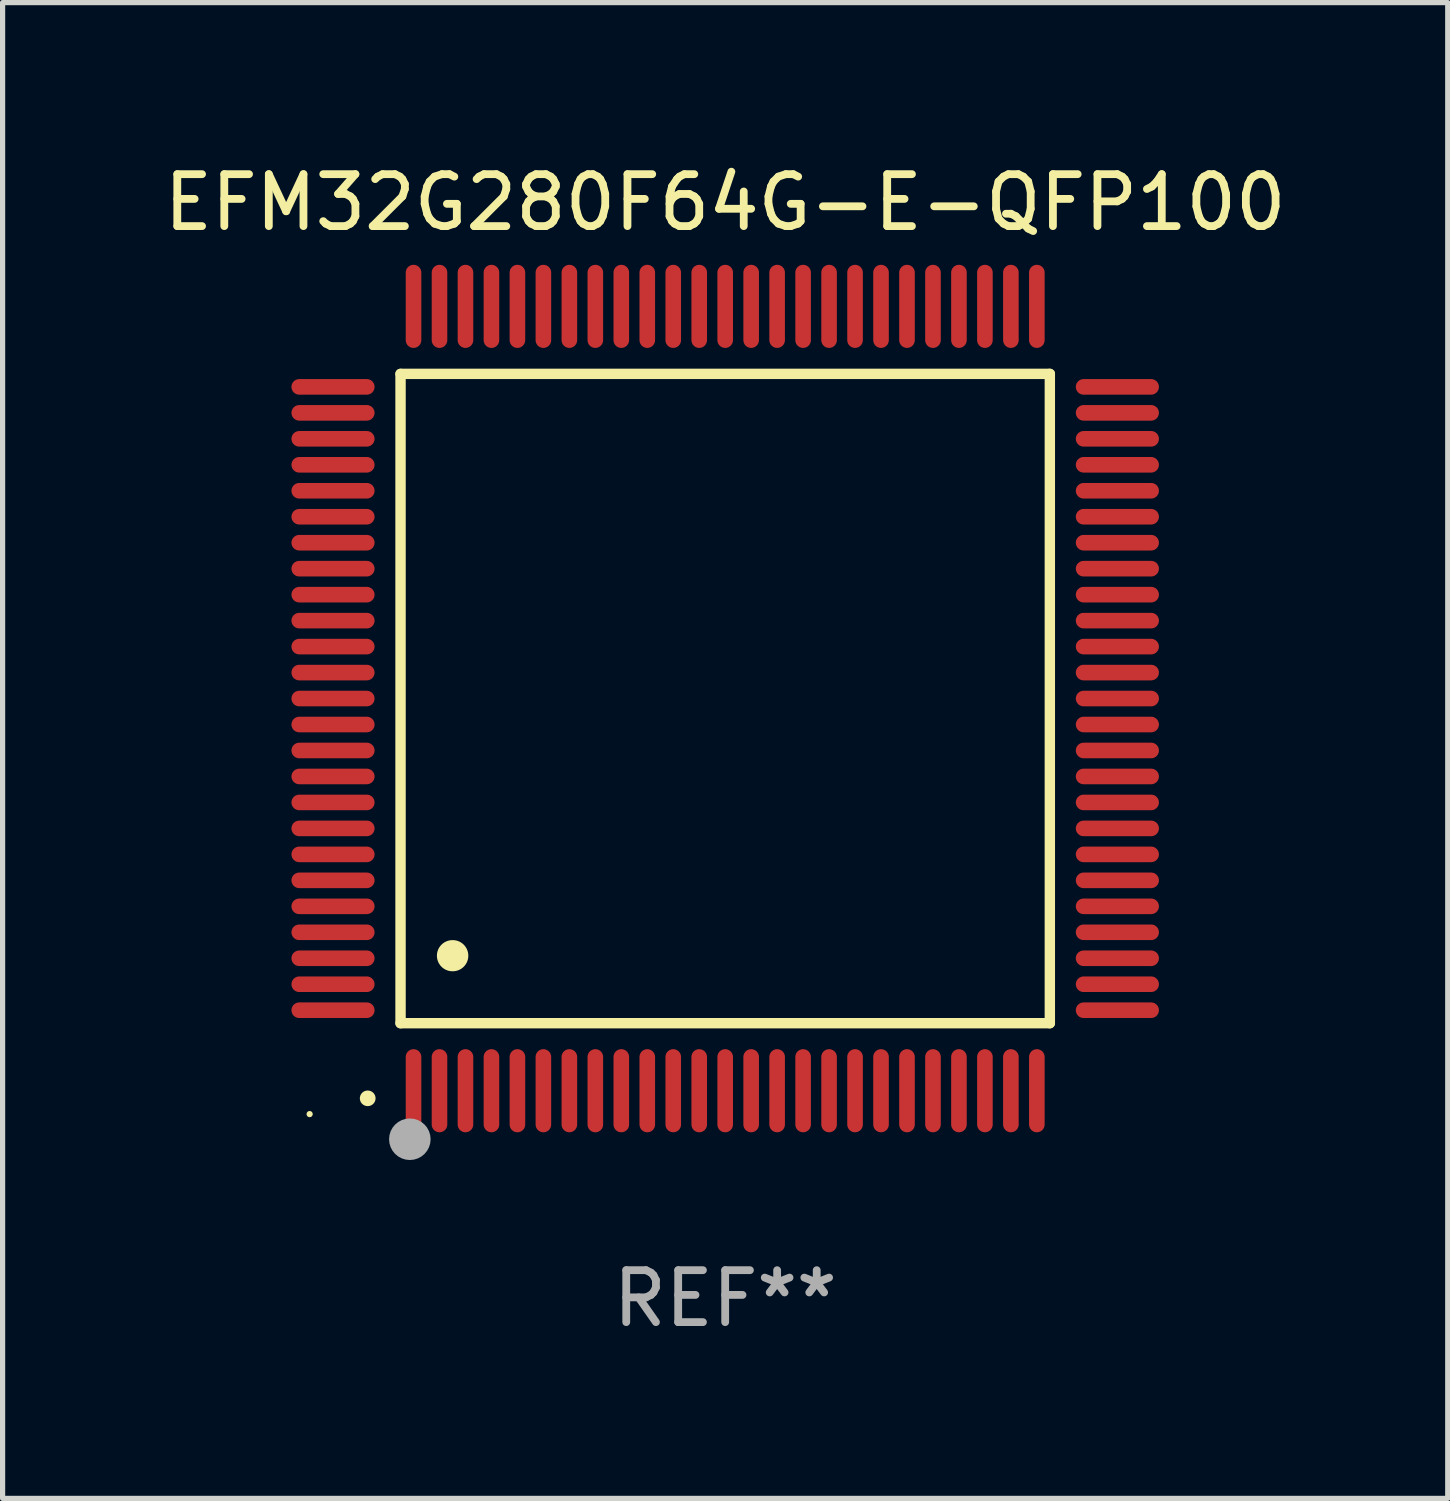
<source format=kicad_pcb>
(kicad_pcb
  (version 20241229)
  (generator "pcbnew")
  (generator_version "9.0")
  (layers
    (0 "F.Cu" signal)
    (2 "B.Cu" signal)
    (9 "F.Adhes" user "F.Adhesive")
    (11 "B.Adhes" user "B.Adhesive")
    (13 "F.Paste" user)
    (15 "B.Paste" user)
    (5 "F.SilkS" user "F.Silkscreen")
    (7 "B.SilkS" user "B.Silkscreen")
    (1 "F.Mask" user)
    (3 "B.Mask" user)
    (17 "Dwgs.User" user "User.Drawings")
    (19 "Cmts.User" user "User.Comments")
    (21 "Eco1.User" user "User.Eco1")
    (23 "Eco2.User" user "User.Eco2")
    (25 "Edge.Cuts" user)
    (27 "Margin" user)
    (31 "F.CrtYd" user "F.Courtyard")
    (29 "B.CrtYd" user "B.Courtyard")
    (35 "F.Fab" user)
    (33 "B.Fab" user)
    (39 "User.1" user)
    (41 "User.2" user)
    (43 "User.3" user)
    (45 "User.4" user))
  (footprint "EFM32G280F64G-E-QFP100"
    (layer "F.Cu")
    (at 10.911 10.398)
    (property "Reference" "EFM32G280F64G-E-QFP100" (at 0 -9.55 0) (layer "F.SilkS") (effects (font (size 1 1) (thickness 0.15))))
    (attr through_hole)
    (fp_line (start -6.25 -6.25) (end -6.25 6.25) (stroke (width 0.2) (type solid)) (layer "F.SilkS"))
    (fp_line (start -6.25 6.25) (end 6.25 6.25) (stroke (width 0.2) (type solid)) (layer "F.SilkS"))
    (fp_line (start 6.25 -6.25) (end -6.25 -6.25) (stroke (width 0.2) (type solid)) (layer "F.SilkS"))
    (fp_line (start 6.25 6.25) (end 6.25 -6.25) (stroke (width 0.2) (type solid)) (layer "F.SilkS"))
    (fp_arc (start -6.883414 7.696215) (mid -6.882144 7.69621) (end -6.880874 7.696215) (stroke (width 0.3) (type solid)) (layer "F.SilkS"))
    (fp_arc (start -5.250191 4.95047) (mid -5.247651 4.950459) (end -5.245111 4.95047) (stroke (width 0.6) (type solid)) (layer "F.SilkS"))
    (fp_circle (center -8 8) (end -7.97 8) (stroke (width 0.06) (type solid)) (fill no) (layer "F.SilkS"))
    (fp_circle (center -6.071 8.484) (end -5.871 8.484) (stroke (width 0.4) (type solid)) (fill no) (layer "F.Fab"))
    (fp_text user "REF**" (at 0 11.55 0) (layer "F.Fab") (effects (font (size 1 1) (thickness 0.15))))
    (pad "1" smd oval (at -6 7.55) (size 0.3 1.6) (layers "F.Cu" "F.Mask" "F.Paste"))
    (pad "2" smd oval (at -5.5 7.55) (size 0.3 1.6) (layers "F.Cu" "F.Mask" "F.Paste"))
    (pad "3" smd oval (at -5 7.55) (size 0.3 1.6) (layers "F.Cu" "F.Mask" "F.Paste"))
    (pad "4" smd oval (at -4.5 7.55) (size 0.3 1.6) (layers "F.Cu" "F.Mask" "F.Paste"))
    (pad "5" smd oval (at -4 7.55) (size 0.3 1.6) (layers "F.Cu" "F.Mask" "F.Paste"))
    (pad "6" smd oval (at -3.5 7.55) (size 0.3 1.6) (layers "F.Cu" "F.Mask" "F.Paste"))
    (pad "7" smd oval (at -3 7.55) (size 0.3 1.6) (layers "F.Cu" "F.Mask" "F.Paste"))
    (pad "8" smd oval (at -2.5 7.55) (size 0.3 1.6) (layers "F.Cu" "F.Mask" "F.Paste"))
    (pad "9" smd oval (at -2 7.55) (size 0.3 1.6) (layers "F.Cu" "F.Mask" "F.Paste"))
    (pad "10" smd oval (at -1.5 7.55) (size 0.3 1.6) (layers "F.Cu" "F.Mask" "F.Paste"))
    (pad "11" smd oval (at -1 7.55) (size 0.3 1.6) (layers "F.Cu" "F.Mask" "F.Paste"))
    (pad "12" smd oval (at -0.5 7.55) (size 0.3 1.6) (layers "F.Cu" "F.Mask" "F.Paste"))
    (pad "13" smd oval (at 0 7.55) (size 0.3 1.6) (layers "F.Cu" "F.Mask" "F.Paste"))
    (pad "14" smd oval (at 0.5 7.55) (size 0.3 1.6) (layers "F.Cu" "F.Mask" "F.Paste"))
    (pad "15" smd oval (at 1 7.55) (size 0.3 1.6) (layers "F.Cu" "F.Mask" "F.Paste"))
    (pad "16" smd oval (at 1.5 7.55) (size 0.3 1.6) (layers "F.Cu" "F.Mask" "F.Paste"))
    (pad "17" smd oval (at 2 7.55) (size 0.3 1.6) (layers "F.Cu" "F.Mask" "F.Paste"))
    (pad "18" smd oval (at 2.5 7.55) (size 0.3 1.6) (layers "F.Cu" "F.Mask" "F.Paste"))
    (pad "19" smd oval (at 3 7.55) (size 0.3 1.6) (layers "F.Cu" "F.Mask" "F.Paste"))
    (pad "20" smd oval (at 3.5 7.55) (size 0.3 1.6) (layers "F.Cu" "F.Mask" "F.Paste"))
    (pad "21" smd oval (at 4 7.55) (size 0.3 1.6) (layers "F.Cu" "F.Mask" "F.Paste"))
    (pad "22" smd oval (at 4.5 7.55) (size 0.3 1.6) (layers "F.Cu" "F.Mask" "F.Paste"))
    (pad "23" smd oval (at 5 7.55) (size 0.3 1.6) (layers "F.Cu" "F.Mask" "F.Paste"))
    (pad "24" smd oval (at 5.5 7.55) (size 0.3 1.6) (layers "F.Cu" "F.Mask" "F.Paste"))
    (pad "25" smd oval (at 6 7.55) (size 0.3 1.6) (layers "F.Cu" "F.Mask" "F.Paste"))
    (pad "26" smd oval (at 7.55 6) (size 1.6 0.3) (layers "F.Cu" "F.Mask" "F.Paste"))
    (pad "27" smd oval (at 7.55 5.5) (size 1.6 0.3) (layers "F.Cu" "F.Mask" "F.Paste"))
    (pad "28" smd oval (at 7.55 5) (size 1.6 0.3) (layers "F.Cu" "F.Mask" "F.Paste"))
    (pad "29" smd oval (at 7.55 4.5) (size 1.6 0.3) (layers "F.Cu" "F.Mask" "F.Paste"))
    (pad "30" smd oval (at 7.55 4) (size 1.6 0.3) (layers "F.Cu" "F.Mask" "F.Paste"))
    (pad "31" smd oval (at 7.55 3.5) (size 1.6 0.3) (layers "F.Cu" "F.Mask" "F.Paste"))
    (pad "32" smd oval (at 7.55 3) (size 1.6 0.3) (layers "F.Cu" "F.Mask" "F.Paste"))
    (pad "33" smd oval (at 7.55 2.5) (size 1.6 0.3) (layers "F.Cu" "F.Mask" "F.Paste"))
    (pad "34" smd oval (at 7.55 2) (size 1.6 0.3) (layers "F.Cu" "F.Mask" "F.Paste"))
    (pad "35" smd oval (at 7.55 1.5) (size 1.6 0.3) (layers "F.Cu" "F.Mask" "F.Paste"))
    (pad "36" smd oval (at 7.55 1) (size 1.6 0.3) (layers "F.Cu" "F.Mask" "F.Paste"))
    (pad "37" smd oval (at 7.55 0.5) (size 1.6 0.3) (layers "F.Cu" "F.Mask" "F.Paste"))
    (pad "38" smd oval (at 7.55 0) (size 1.6 0.3) (layers "F.Cu" "F.Mask" "F.Paste"))
    (pad "39" smd oval (at 7.55 -0.5) (size 1.6 0.3) (layers "F.Cu" "F.Mask" "F.Paste"))
    (pad "40" smd oval (at 7.55 -1) (size 1.6 0.3) (layers "F.Cu" "F.Mask" "F.Paste"))
    (pad "41" smd oval (at 7.55 -1.5) (size 1.6 0.3) (layers "F.Cu" "F.Mask" "F.Paste"))
    (pad "42" smd oval (at 7.55 -2) (size 1.6 0.3) (layers "F.Cu" "F.Mask" "F.Paste"))
    (pad "43" smd oval (at 7.55 -2.5) (size 1.6 0.3) (layers "F.Cu" "F.Mask" "F.Paste"))
    (pad "44" smd oval (at 7.55 -3) (size 1.6 0.3) (layers "F.Cu" "F.Mask" "F.Paste"))
    (pad "45" smd oval (at 7.55 -3.5) (size 1.6 0.3) (layers "F.Cu" "F.Mask" "F.Paste"))
    (pad "46" smd oval (at 7.55 -4) (size 1.6 0.3) (layers "F.Cu" "F.Mask" "F.Paste"))
    (pad "47" smd oval (at 7.55 -4.5) (size 1.6 0.3) (layers "F.Cu" "F.Mask" "F.Paste"))
    (pad "48" smd oval (at 7.55 -5) (size 1.6 0.3) (layers "F.Cu" "F.Mask" "F.Paste"))
    (pad "49" smd oval (at 7.55 -5.5) (size 1.6 0.3) (layers "F.Cu" "F.Mask" "F.Paste"))
    (pad "50" smd oval (at 7.55 -6) (size 1.6 0.3) (layers "F.Cu" "F.Mask" "F.Paste"))
    (pad "51" smd oval (at 6 -7.55) (size 0.3 1.6) (layers "F.Cu" "F.Mask" "F.Paste"))
    (pad "52" smd oval (at 5.5 -7.55) (size 0.3 1.6) (layers "F.Cu" "F.Mask" "F.Paste"))
    (pad "53" smd oval (at 5 -7.55) (size 0.3 1.6) (layers "F.Cu" "F.Mask" "F.Paste"))
    (pad "54" smd oval (at 4.5 -7.55) (size 0.3 1.6) (layers "F.Cu" "F.Mask" "F.Paste"))
    (pad "55" smd oval (at 4 -7.55) (size 0.3 1.6) (layers "F.Cu" "F.Mask" "F.Paste"))
    (pad "56" smd oval (at 3.5 -7.55) (size 0.3 1.6) (layers "F.Cu" "F.Mask" "F.Paste"))
    (pad "57" smd oval (at 3 -7.55) (size 0.3 1.6) (layers "F.Cu" "F.Mask" "F.Paste"))
    (pad "58" smd oval (at 2.5 -7.55) (size 0.3 1.6) (layers "F.Cu" "F.Mask" "F.Paste"))
    (pad "59" smd oval (at 2 -7.55) (size 0.3 1.6) (layers "F.Cu" "F.Mask" "F.Paste"))
    (pad "60" smd oval (at 1.5 -7.55) (size 0.3 1.6) (layers "F.Cu" "F.Mask" "F.Paste"))
    (pad "61" smd oval (at 1 -7.55) (size 0.3 1.6) (layers "F.Cu" "F.Mask" "F.Paste"))
    (pad "62" smd oval (at 0.5 -7.55) (size 0.3 1.6) (layers "F.Cu" "F.Mask" "F.Paste"))
    (pad "63" smd oval (at 0 -7.55) (size 0.3 1.6) (layers "F.Cu" "F.Mask" "F.Paste"))
    (pad "64" smd oval (at -0.5 -7.55) (size 0.3 1.6) (layers "F.Cu" "F.Mask" "F.Paste"))
    (pad "65" smd oval (at -1 -7.55) (size 0.3 1.6) (layers "F.Cu" "F.Mask" "F.Paste"))
    (pad "66" smd oval (at -1.5 -7.55) (size 0.3 1.6) (layers "F.Cu" "F.Mask" "F.Paste"))
    (pad "67" smd oval (at -2 -7.55) (size 0.3 1.6) (layers "F.Cu" "F.Mask" "F.Paste"))
    (pad "68" smd oval (at -2.5 -7.55) (size 0.3 1.6) (layers "F.Cu" "F.Mask" "F.Paste"))
    (pad "69" smd oval (at -3 -7.55) (size 0.3 1.6) (layers "F.Cu" "F.Mask" "F.Paste"))
    (pad "70" smd oval (at -3.5 -7.55) (size 0.3 1.6) (layers "F.Cu" "F.Mask" "F.Paste"))
    (pad "71" smd oval (at -4 -7.55) (size 0.3 1.6) (layers "F.Cu" "F.Mask" "F.Paste"))
    (pad "72" smd oval (at -4.5 -7.55) (size 0.3 1.6) (layers "F.Cu" "F.Mask" "F.Paste"))
    (pad "73" smd oval (at -5 -7.55) (size 0.3 1.6) (layers "F.Cu" "F.Mask" "F.Paste"))
    (pad "74" smd oval (at -5.5 -7.55) (size 0.3 1.6) (layers "F.Cu" "F.Mask" "F.Paste"))
    (pad "75" smd oval (at -6 -7.55) (size 0.3 1.6) (layers "F.Cu" "F.Mask" "F.Paste"))
    (pad "76" smd oval (at -7.55 -6) (size 1.6 0.3) (layers "F.Cu" "F.Mask" "F.Paste"))
    (pad "77" smd oval (at -7.55 -5.5) (size 1.6 0.3) (layers "F.Cu" "F.Mask" "F.Paste"))
    (pad "78" smd oval (at -7.55 -5) (size 1.6 0.3) (layers "F.Cu" "F.Mask" "F.Paste"))
    (pad "79" smd oval (at -7.55 -4.5) (size 1.6 0.3) (layers "F.Cu" "F.Mask" "F.Paste"))
    (pad "80" smd oval (at -7.55 -4) (size 1.6 0.3) (layers "F.Cu" "F.Mask" "F.Paste"))
    (pad "81" smd oval (at -7.55 -3.5) (size 1.6 0.3) (layers "F.Cu" "F.Mask" "F.Paste"))
    (pad "82" smd oval (at -7.55 -3) (size 1.6 0.3) (layers "F.Cu" "F.Mask" "F.Paste"))
    (pad "83" smd oval (at -7.55 -2.5) (size 1.6 0.3) (layers "F.Cu" "F.Mask" "F.Paste"))
    (pad "84" smd oval (at -7.55 -2) (size 1.6 0.3) (layers "F.Cu" "F.Mask" "F.Paste"))
    (pad "85" smd oval (at -7.55 -1.5) (size 1.6 0.3) (layers "F.Cu" "F.Mask" "F.Paste"))
    (pad "86" smd oval (at -7.55 -1) (size 1.6 0.3) (layers "F.Cu" "F.Mask" "F.Paste"))
    (pad "87" smd oval (at -7.55 -0.5) (size 1.6 0.3) (layers "F.Cu" "F.Mask" "F.Paste"))
    (pad "88" smd oval (at -7.55 0) (size 1.6 0.3) (layers "F.Cu" "F.Mask" "F.Paste"))
    (pad "89" smd oval (at -7.55 0.5) (size 1.6 0.3) (layers "F.Cu" "F.Mask" "F.Paste"))
    (pad "90" smd oval (at -7.55 1) (size 1.6 0.3) (layers "F.Cu" "F.Mask" "F.Paste"))
    (pad "91" smd oval (at -7.55 1.5) (size 1.6 0.3) (layers "F.Cu" "F.Mask" "F.Paste"))
    (pad "92" smd oval (at -7.55 2) (size 1.6 0.3) (layers "F.Cu" "F.Mask" "F.Paste"))
    (pad "93" smd oval (at -7.55 2.5) (size 1.6 0.3) (layers "F.Cu" "F.Mask" "F.Paste"))
    (pad "94" smd oval (at -7.55 3) (size 1.6 0.3) (layers "F.Cu" "F.Mask" "F.Paste"))
    (pad "95" smd oval (at -7.55 3.5) (size 1.6 0.3) (layers "F.Cu" "F.Mask" "F.Paste"))
    (pad "96" smd oval (at -7.55 4) (size 1.6 0.3) (layers "F.Cu" "F.Mask" "F.Paste"))
    (pad "97" smd oval (at -7.55 4.5) (size 1.6 0.3) (layers "F.Cu" "F.Mask" "F.Paste"))
    (pad "98" smd oval (at -7.55 5) (size 1.6 0.3) (layers "F.Cu" "F.Mask" "F.Paste"))
    (pad "99" smd oval (at -7.55 5.5) (size 1.6 0.3) (layers "F.Cu" "F.Mask" "F.Paste"))
    (pad "100" smd oval (at -7.55 6) (size 1.6 0.3) (layers "F.Cu" "F.Mask" "F.Paste")))
  (gr_rect
    (start -3 -3)
    (end 24.821 25.796)
    (stroke (width 0.1) (type default))
    (fill no)
    (layer "Edge.Cuts")))
</source>
